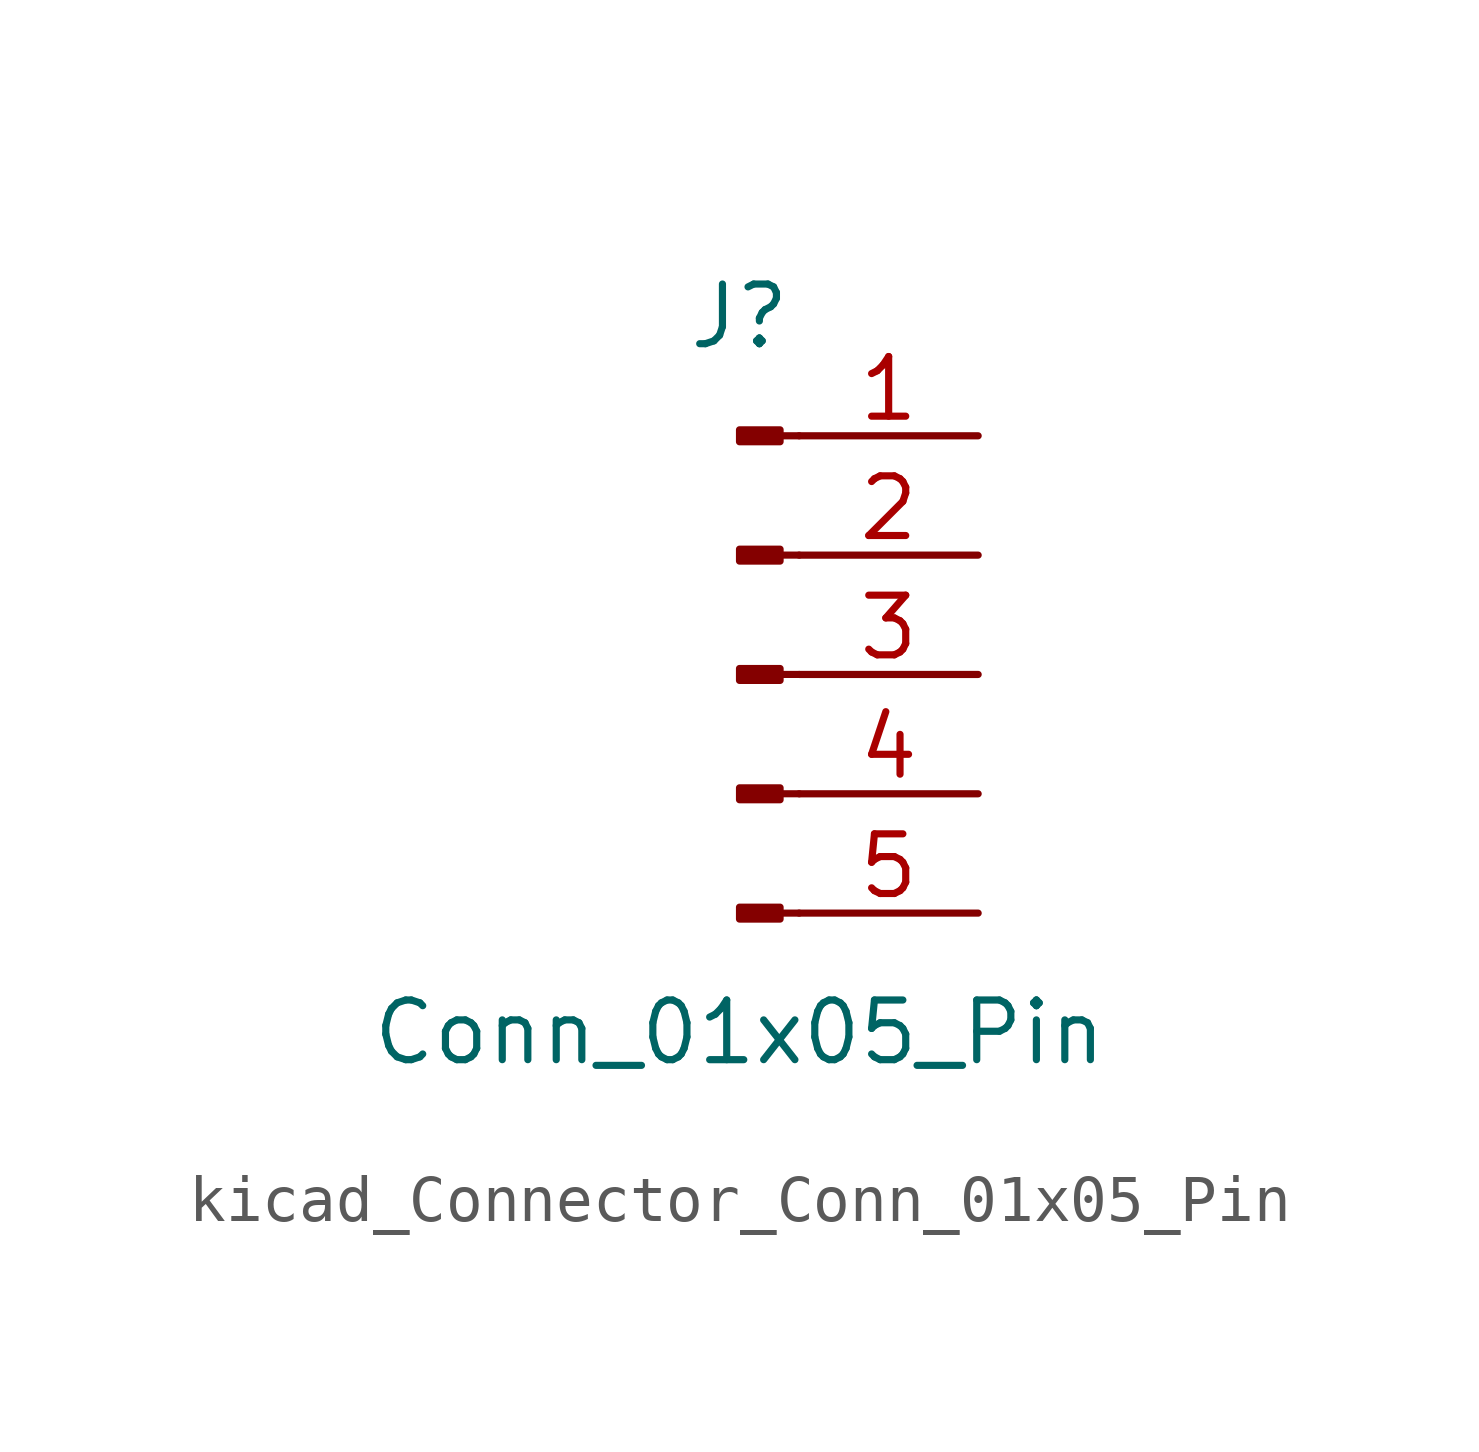
<source format=kicad_sym>
(kicad_symbol_lib
  (version 20220914)
  (generator kicad_symbol_editor)
  (symbol "kicad_Connector_Conn_01x05_Pin"
    (pin_names
      (offset 1.016) hide)
    (property "Reference" "J"
      (at 0 7.62 0)
      (effects (font (size 1.27 1.27))))
    (property "Value" "Conn_01x05_Pin"
      (at 0 -7.62 0)
      (effects (font (size 1.27 1.27))))
    (property "ki_locked" ""
      (at 0 0 0)
      (effects (font (size 1.27 1.27))))
    (symbol "kicad_Connector_Conn_01x05_Pin_1_1"
      (polyline (pts (xy 1.27 -5.08) (xy 0.864 -5.08)) (stroke (width 0.152) (type default)) (fill (type none)))
      (polyline (pts (xy 1.27 -2.54) (xy 0.864 -2.54)) (stroke (width 0.152) (type default)) (fill (type none)))
      (polyline (pts (xy 1.27 0) (xy 0.864 0)) (stroke (width 0.152) (type default)) (fill (type none)))
      (polyline (pts (xy 1.27 2.54) (xy 0.864 2.54)) (stroke (width 0.152) (type default)) (fill (type none)))
      (polyline (pts (xy 1.27 5.08) (xy 0.864 5.08)) (stroke (width 0.152) (type default)) (fill (type none)))
      (rectangle (start 0.864 -4.953) (end 0 -5.207) (stroke (width 0.152) (type default)) (fill (type outline)))
      (rectangle (start 0.864 -2.413) (end 0 -2.667) (stroke (width 0.152) (type default)) (fill (type outline)))
      (rectangle (start 0.864 0.127) (end 0 -0.127) (stroke (width 0.152) (type default)) (fill (type outline)))
      (rectangle (start 0.864 2.667) (end 0 2.413) (stroke (width 0.152) (type default)) (fill (type outline)))
      (rectangle (start 0.864 5.207) (end 0 4.953) (stroke (width 0.152) (type default)) (fill (type outline)))
      (pin passive line (at 5.08 5.08 180) (length 3.81) (name "Pin_1" (effects (font (size 1.27 1.27)))) (number "1" (effects (font (size 1.27 1.27)))))
      (pin passive line (at 5.08 2.54 180) (length 3.81) (name "Pin_2" (effects (font (size 1.27 1.27)))) (number "2" (effects (font (size 1.27 1.27)))))
      (pin passive line (at 5.08 0 180) (length 3.81) (name "Pin_3" (effects (font (size 1.27 1.27)))) (number "3" (effects (font (size 1.27 1.27)))))
      (pin passive line (at 5.08 -2.54 180) (length 3.81) (name "Pin_4" (effects (font (size 1.27 1.27)))) (number "4" (effects (font (size 1.27 1.27)))))
      (pin passive line (at 5.08 -5.08 180) (length 3.81) (name "Pin_5" (effects (font (size 1.27 1.27)))) (number "5" (effects (font (size 1.27 1.27))))))))
</source>
